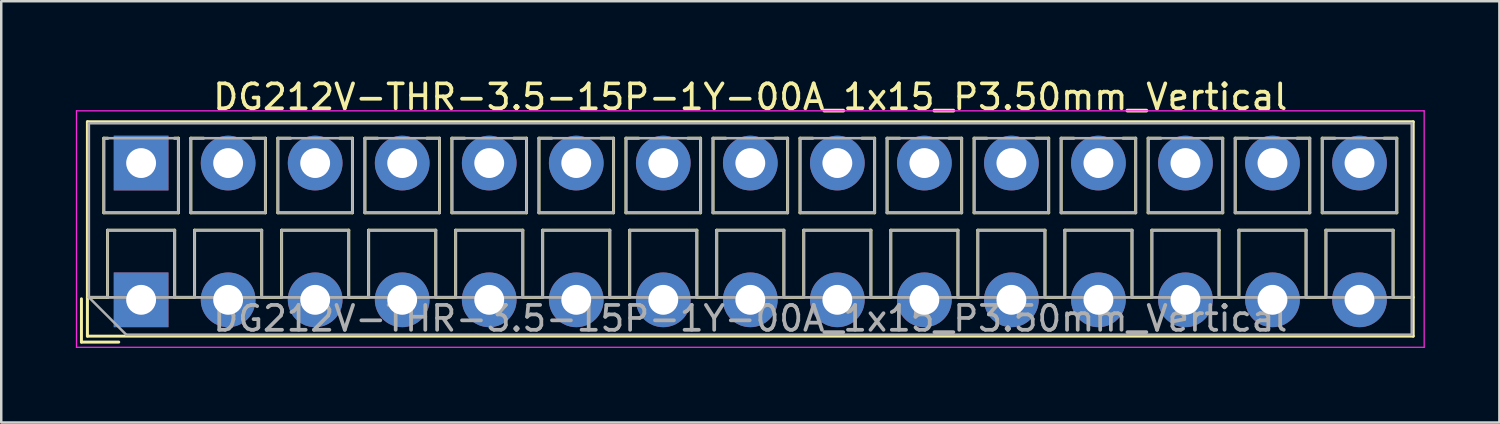
<source format=kicad_pcb>
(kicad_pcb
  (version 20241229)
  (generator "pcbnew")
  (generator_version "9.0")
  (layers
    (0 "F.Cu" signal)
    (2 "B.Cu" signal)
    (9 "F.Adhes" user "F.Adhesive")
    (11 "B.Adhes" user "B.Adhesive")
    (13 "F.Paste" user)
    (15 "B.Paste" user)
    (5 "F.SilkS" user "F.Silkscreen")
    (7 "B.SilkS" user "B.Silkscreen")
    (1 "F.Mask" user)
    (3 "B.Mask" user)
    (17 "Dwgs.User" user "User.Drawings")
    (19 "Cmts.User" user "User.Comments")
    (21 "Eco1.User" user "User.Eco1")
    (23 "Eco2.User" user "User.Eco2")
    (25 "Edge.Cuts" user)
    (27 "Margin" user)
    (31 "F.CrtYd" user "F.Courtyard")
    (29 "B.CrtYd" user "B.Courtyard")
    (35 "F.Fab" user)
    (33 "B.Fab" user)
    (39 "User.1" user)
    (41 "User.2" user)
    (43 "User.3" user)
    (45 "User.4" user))
  (footprint "DG212V-THR-3.5-15P-1Y-00A_1x15_P3.50mm_Vertical"
    (layer "F.Cu")
    (at 2.625 9.008)
    (property "Reference" "DG212V-THR-3.5-15P-1Y-00A_1x15_P3.50mm_Vertical" (at 24.5 -8.16 0) (layer "F.SilkS") (effects (font (size 1 1) (thickness 0.15))))
    (attr through_hole)
    (fp_line (start -2.4 -0.04) (end -2.4 1.7) (stroke (width 0.12) (type solid)) (layer "F.SilkS"))
    (fp_line (start -2.4 1.7) (end -0.9 1.7) (stroke (width 0.12) (type solid)) (layer "F.SilkS"))
    (fp_line (start -2.16 -7.16) (end -2.16 1.46) (stroke (width 0.12) (type solid)) (layer "F.SilkS"))
    (fp_line (start -2.16 -7.16) (end 51.16 -7.16) (stroke (width 0.12) (type solid)) (layer "F.SilkS"))
    (fp_line (start -2.16 -0.1) (end -1.34 -0.1) (stroke (width 0.12) (type solid)) (layer "F.SilkS"))
    (fp_line (start -2.16 1.46) (end 51.16 1.46) (stroke (width 0.12) (type solid)) (layer "F.SilkS"))
    (fp_line (start -1.5 -6.5) (end -1.5 -3.5) (stroke (width 0.12) (type solid)) (layer "F.SilkS"))
    (fp_line (start -1.5 -6.5) (end -1.34 -6.5) (stroke (width 0.12) (type solid)) (layer "F.SilkS"))
    (fp_line (start -1.5 -3.5) (end 1.5 -3.5) (stroke (width 0.12) (type solid)) (layer "F.SilkS"))
    (fp_line (start -1.35 -2.8) (end -1.35 -0.1) (stroke (width 0.12) (type solid)) (layer "F.SilkS"))
    (fp_line (start -1.35 -2.8) (end 1.35 -2.8) (stroke (width 0.12) (type solid)) (layer "F.SilkS"))
    (fp_line (start -1.35 -0.1) (end -1.34 -0.1) (stroke (width 0.12) (type solid)) (layer "F.SilkS"))
    (fp_line (start 1.34 -6.5) (end 1.5 -6.5) (stroke (width 0.12) (type solid)) (layer "F.SilkS"))
    (fp_line (start 1.34 -0.1) (end 1.35 -0.1) (stroke (width 0.12) (type solid)) (layer "F.SilkS"))
    (fp_line (start 1.34 -0.1) (end 2.148 -0.1) (stroke (width 0.12) (type solid)) (layer "F.SilkS"))
    (fp_line (start 1.35 -2.8) (end 1.35 -0.1) (stroke (width 0.12) (type solid)) (layer "F.SilkS"))
    (fp_line (start 1.5 -6.5) (end 1.5 -3.5) (stroke (width 0.12) (type solid)) (layer "F.SilkS"))
    (fp_line (start 2 -6.5) (end 2 -3.5) (stroke (width 0.12) (type solid)) (layer "F.SilkS"))
    (fp_line (start 2 -6.5) (end 2.512 -6.5) (stroke (width 0.12) (type solid)) (layer "F.SilkS"))
    (fp_line (start 2 -3.5) (end 5 -3.5) (stroke (width 0.12) (type solid)) (layer "F.SilkS"))
    (fp_line (start 2.15 -2.8) (end 2.15 -0.183) (stroke (width 0.12) (type solid)) (layer "F.SilkS"))
    (fp_line (start 2.15 -2.8) (end 4.85 -2.8) (stroke (width 0.12) (type solid)) (layer "F.SilkS"))
    (fp_line (start 4.489 -6.5) (end 5 -6.5) (stroke (width 0.12) (type solid)) (layer "F.SilkS"))
    (fp_line (start 4.85 -2.8) (end 4.85 -0.183) (stroke (width 0.12) (type solid)) (layer "F.SilkS"))
    (fp_line (start 4.853 -0.1) (end 5.648 -0.1) (stroke (width 0.12) (type solid)) (layer "F.SilkS"))
    (fp_line (start 5 -6.5) (end 5 -3.5) (stroke (width 0.12) (type solid)) (layer "F.SilkS"))
    (fp_line (start 5.5 -6.5) (end 5.5 -3.5) (stroke (width 0.12) (type solid)) (layer "F.SilkS"))
    (fp_line (start 5.5 -6.5) (end 6.012 -6.5) (stroke (width 0.12) (type solid)) (layer "F.SilkS"))
    (fp_line (start 5.5 -3.5) (end 8.5 -3.5) (stroke (width 0.12) (type solid)) (layer "F.SilkS"))
    (fp_line (start 5.65 -2.8) (end 5.65 -0.183) (stroke (width 0.12) (type solid)) (layer "F.SilkS"))
    (fp_line (start 5.65 -2.8) (end 8.351 -2.8) (stroke (width 0.12) (type solid)) (layer "F.SilkS"))
    (fp_line (start 7.989 -6.5) (end 8.5 -6.5) (stroke (width 0.12) (type solid)) (layer "F.SilkS"))
    (fp_line (start 8.351 -2.8) (end 8.351 -0.183) (stroke (width 0.12) (type solid)) (layer "F.SilkS"))
    (fp_line (start 8.353 -0.1) (end 9.148 -0.1) (stroke (width 0.12) (type solid)) (layer "F.SilkS"))
    (fp_line (start 8.5 -6.5) (end 8.5 -3.5) (stroke (width 0.12) (type solid)) (layer "F.SilkS"))
    (fp_line (start 9 -6.5) (end 9 -3.5) (stroke (width 0.12) (type solid)) (layer "F.SilkS"))
    (fp_line (start 9 -6.5) (end 9.512 -6.5) (stroke (width 0.12) (type solid)) (layer "F.SilkS"))
    (fp_line (start 9 -3.5) (end 12 -3.5) (stroke (width 0.12) (type solid)) (layer "F.SilkS"))
    (fp_line (start 9.15 -2.8) (end 9.15 -0.183) (stroke (width 0.12) (type solid)) (layer "F.SilkS"))
    (fp_line (start 9.15 -2.8) (end 11.851 -2.8) (stroke (width 0.12) (type solid)) (layer "F.SilkS"))
    (fp_line (start 11.489 -6.5) (end 12 -6.5) (stroke (width 0.12) (type solid)) (layer "F.SilkS"))
    (fp_line (start 11.851 -2.8) (end 11.851 -0.183) (stroke (width 0.12) (type solid)) (layer "F.SilkS"))
    (fp_line (start 11.853 -0.1) (end 12.648 -0.1) (stroke (width 0.12) (type solid)) (layer "F.SilkS"))
    (fp_line (start 12 -6.5) (end 12 -3.5) (stroke (width 0.12) (type solid)) (layer "F.SilkS"))
    (fp_line (start 12.5 -6.5) (end 12.5 -3.5) (stroke (width 0.12) (type solid)) (layer "F.SilkS"))
    (fp_line (start 12.5 -6.5) (end 13.012 -6.5) (stroke (width 0.12) (type solid)) (layer "F.SilkS"))
    (fp_line (start 12.5 -3.5) (end 15.5 -3.5) (stroke (width 0.12) (type solid)) (layer "F.SilkS"))
    (fp_line (start 12.65 -2.8) (end 12.65 -0.183) (stroke (width 0.12) (type solid)) (layer "F.SilkS"))
    (fp_line (start 12.65 -2.8) (end 15.351 -2.8) (stroke (width 0.12) (type solid)) (layer "F.SilkS"))
    (fp_line (start 14.989 -6.5) (end 15.5 -6.5) (stroke (width 0.12) (type solid)) (layer "F.SilkS"))
    (fp_line (start 15.351 -2.8) (end 15.351 -0.183) (stroke (width 0.12) (type solid)) (layer "F.SilkS"))
    (fp_line (start 15.353 -0.1) (end 16.148 -0.1) (stroke (width 0.12) (type solid)) (layer "F.SilkS"))
    (fp_line (start 15.5 -6.5) (end 15.5 -3.5) (stroke (width 0.12) (type solid)) (layer "F.SilkS"))
    (fp_line (start 16 -6.5) (end 16 -3.5) (stroke (width 0.12) (type solid)) (layer "F.SilkS"))
    (fp_line (start 16 -6.5) (end 16.512 -6.5) (stroke (width 0.12) (type solid)) (layer "F.SilkS"))
    (fp_line (start 16 -3.5) (end 19 -3.5) (stroke (width 0.12) (type solid)) (layer "F.SilkS"))
    (fp_line (start 16.15 -2.8) (end 16.15 -0.183) (stroke (width 0.12) (type solid)) (layer "F.SilkS"))
    (fp_line (start 16.15 -2.8) (end 18.85 -2.8) (stroke (width 0.12) (type solid)) (layer "F.SilkS"))
    (fp_line (start 18.489 -6.5) (end 19 -6.5) (stroke (width 0.12) (type solid)) (layer "F.SilkS"))
    (fp_line (start 18.85 -2.8) (end 18.85 -0.183) (stroke (width 0.12) (type solid)) (layer "F.SilkS"))
    (fp_line (start 18.853 -0.1) (end 19.648 -0.1) (stroke (width 0.12) (type solid)) (layer "F.SilkS"))
    (fp_line (start 19 -6.5) (end 19 -3.5) (stroke (width 0.12) (type solid)) (layer "F.SilkS"))
    (fp_line (start 19.5 -6.5) (end 19.5 -3.5) (stroke (width 0.12) (type solid)) (layer "F.SilkS"))
    (fp_line (start 19.5 -6.5) (end 20.012 -6.5) (stroke (width 0.12) (type solid)) (layer "F.SilkS"))
    (fp_line (start 19.5 -3.5) (end 22.5 -3.5) (stroke (width 0.12) (type solid)) (layer "F.SilkS"))
    (fp_line (start 19.65 -2.8) (end 19.65 -0.183) (stroke (width 0.12) (type solid)) (layer "F.SilkS"))
    (fp_line (start 19.65 -2.8) (end 22.35 -2.8) (stroke (width 0.12) (type solid)) (layer "F.SilkS"))
    (fp_line (start 21.989 -6.5) (end 22.5 -6.5) (stroke (width 0.12) (type solid)) (layer "F.SilkS"))
    (fp_line (start 22.35 -2.8) (end 22.35 -0.183) (stroke (width 0.12) (type solid)) (layer "F.SilkS"))
    (fp_line (start 22.353 -0.1) (end 23.148 -0.1) (stroke (width 0.12) (type solid)) (layer "F.SilkS"))
    (fp_line (start 22.5 -6.5) (end 22.5 -3.5) (stroke (width 0.12) (type solid)) (layer "F.SilkS"))
    (fp_line (start 23 -6.5) (end 23 -3.5) (stroke (width 0.12) (type solid)) (layer "F.SilkS"))
    (fp_line (start 23 -6.5) (end 23.512 -6.5) (stroke (width 0.12) (type solid)) (layer "F.SilkS"))
    (fp_line (start 23 -3.5) (end 26 -3.5) (stroke (width 0.12) (type solid)) (layer "F.SilkS"))
    (fp_line (start 23.15 -2.8) (end 23.15 -0.183) (stroke (width 0.12) (type solid)) (layer "F.SilkS"))
    (fp_line (start 23.15 -2.8) (end 25.85 -2.8) (stroke (width 0.12) (type solid)) (layer "F.SilkS"))
    (fp_line (start 25.489 -6.5) (end 26 -6.5) (stroke (width 0.12) (type solid)) (layer "F.SilkS"))
    (fp_line (start 25.85 -2.8) (end 25.85 -0.183) (stroke (width 0.12) (type solid)) (layer "F.SilkS"))
    (fp_line (start 25.853 -0.1) (end 26.648 -0.1) (stroke (width 0.12) (type solid)) (layer "F.SilkS"))
    (fp_line (start 26 -6.5) (end 26 -3.5) (stroke (width 0.12) (type solid)) (layer "F.SilkS"))
    (fp_line (start 26.5 -6.5) (end 26.5 -3.5) (stroke (width 0.12) (type solid)) (layer "F.SilkS"))
    (fp_line (start 26.5 -6.5) (end 27.012 -6.5) (stroke (width 0.12) (type solid)) (layer "F.SilkS"))
    (fp_line (start 26.5 -3.5) (end 29.5 -3.5) (stroke (width 0.12) (type solid)) (layer "F.SilkS"))
    (fp_line (start 26.65 -2.8) (end 26.65 -0.183) (stroke (width 0.12) (type solid)) (layer "F.SilkS"))
    (fp_line (start 26.65 -2.8) (end 29.35 -2.8) (stroke (width 0.12) (type solid)) (layer "F.SilkS"))
    (fp_line (start 28.989 -6.5) (end 29.5 -6.5) (stroke (width 0.12) (type solid)) (layer "F.SilkS"))
    (fp_line (start 29.35 -2.8) (end 29.35 -0.183) (stroke (width 0.12) (type solid)) (layer "F.SilkS"))
    (fp_line (start 29.353 -0.1) (end 30.148 -0.1) (stroke (width 0.12) (type solid)) (layer "F.SilkS"))
    (fp_line (start 29.5 -6.5) (end 29.5 -3.5) (stroke (width 0.12) (type solid)) (layer "F.SilkS"))
    (fp_line (start 30 -6.5) (end 30 -3.5) (stroke (width 0.12) (type solid)) (layer "F.SilkS"))
    (fp_line (start 30 -6.5) (end 30.512 -6.5) (stroke (width 0.12) (type solid)) (layer "F.SilkS"))
    (fp_line (start 30 -3.5) (end 33 -3.5) (stroke (width 0.12) (type solid)) (layer "F.SilkS"))
    (fp_line (start 30.15 -2.8) (end 30.15 -0.183) (stroke (width 0.12) (type solid)) (layer "F.SilkS"))
    (fp_line (start 30.15 -2.8) (end 32.85 -2.8) (stroke (width 0.12) (type solid)) (layer "F.SilkS"))
    (fp_line (start 32.489 -6.5) (end 33 -6.5) (stroke (width 0.12) (type solid)) (layer "F.SilkS"))
    (fp_line (start 32.85 -2.8) (end 32.85 -0.183) (stroke (width 0.12) (type solid)) (layer "F.SilkS"))
    (fp_line (start 32.853 -0.1) (end 33.648 -0.1) (stroke (width 0.12) (type solid)) (layer "F.SilkS"))
    (fp_line (start 33 -6.5) (end 33 -3.5) (stroke (width 0.12) (type solid)) (layer "F.SilkS"))
    (fp_line (start 33.5 -6.5) (end 33.5 -3.5) (stroke (width 0.12) (type solid)) (layer "F.SilkS"))
    (fp_line (start 33.5 -6.5) (end 34.012 -6.5) (stroke (width 0.12) (type solid)) (layer "F.SilkS"))
    (fp_line (start 33.5 -3.5) (end 36.5 -3.5) (stroke (width 0.12) (type solid)) (layer "F.SilkS"))
    (fp_line (start 33.65 -2.8) (end 33.65 -0.183) (stroke (width 0.12) (type solid)) (layer "F.SilkS"))
    (fp_line (start 33.65 -2.8) (end 36.35 -2.8) (stroke (width 0.12) (type solid)) (layer "F.SilkS"))
    (fp_line (start 35.989 -6.5) (end 36.5 -6.5) (stroke (width 0.12) (type solid)) (layer "F.SilkS"))
    (fp_line (start 36.35 -2.8) (end 36.35 -0.183) (stroke (width 0.12) (type solid)) (layer "F.SilkS"))
    (fp_line (start 36.353 -0.1) (end 37.148 -0.1) (stroke (width 0.12) (type solid)) (layer "F.SilkS"))
    (fp_line (start 36.5 -6.5) (end 36.5 -3.5) (stroke (width 0.12) (type solid)) (layer "F.SilkS"))
    (fp_line (start 37 -6.5) (end 37 -3.5) (stroke (width 0.12) (type solid)) (layer "F.SilkS"))
    (fp_line (start 37 -6.5) (end 37.512 -6.5) (stroke (width 0.12) (type solid)) (layer "F.SilkS"))
    (fp_line (start 37 -3.5) (end 40 -3.5) (stroke (width 0.12) (type solid)) (layer "F.SilkS"))
    (fp_line (start 37.15 -2.8) (end 37.15 -0.183) (stroke (width 0.12) (type solid)) (layer "F.SilkS"))
    (fp_line (start 37.15 -2.8) (end 39.85 -2.8) (stroke (width 0.12) (type solid)) (layer "F.SilkS"))
    (fp_line (start 39.489 -6.5) (end 40 -6.5) (stroke (width 0.12) (type solid)) (layer "F.SilkS"))
    (fp_line (start 39.85 -2.8) (end 39.85 -0.183) (stroke (width 0.12) (type solid)) (layer "F.SilkS"))
    (fp_line (start 39.853 -0.1) (end 40.648 -0.1) (stroke (width 0.12) (type solid)) (layer "F.SilkS"))
    (fp_line (start 40 -6.5) (end 40 -3.5) (stroke (width 0.12) (type solid)) (layer "F.SilkS"))
    (fp_line (start 40.5 -6.5) (end 40.5 -3.5) (stroke (width 0.12) (type solid)) (layer "F.SilkS"))
    (fp_line (start 40.5 -6.5) (end 41.012 -6.5) (stroke (width 0.12) (type solid)) (layer "F.SilkS"))
    (fp_line (start 40.5 -3.5) (end 43.5 -3.5) (stroke (width 0.12) (type solid)) (layer "F.SilkS"))
    (fp_line (start 40.65 -2.8) (end 40.65 -0.183) (stroke (width 0.12) (type solid)) (layer "F.SilkS"))
    (fp_line (start 40.65 -2.8) (end 43.35 -2.8) (stroke (width 0.12) (type solid)) (layer "F.SilkS"))
    (fp_line (start 42.989 -6.5) (end 43.5 -6.5) (stroke (width 0.12) (type solid)) (layer "F.SilkS"))
    (fp_line (start 43.35 -2.8) (end 43.35 -0.183) (stroke (width 0.12) (type solid)) (layer "F.SilkS"))
    (fp_line (start 43.353 -0.1) (end 44.148 -0.1) (stroke (width 0.12) (type solid)) (layer "F.SilkS"))
    (fp_line (start 43.5 -6.5) (end 43.5 -3.5) (stroke (width 0.12) (type solid)) (layer "F.SilkS"))
    (fp_line (start 44 -6.5) (end 44 -3.5) (stroke (width 0.12) (type solid)) (layer "F.SilkS"))
    (fp_line (start 44 -6.5) (end 44.512 -6.5) (stroke (width 0.12) (type solid)) (layer "F.SilkS"))
    (fp_line (start 44 -3.5) (end 47 -3.5) (stroke (width 0.12) (type solid)) (layer "F.SilkS"))
    (fp_line (start 44.15 -2.8) (end 44.15 -0.183) (stroke (width 0.12) (type solid)) (layer "F.SilkS"))
    (fp_line (start 44.15 -2.8) (end 46.85 -2.8) (stroke (width 0.12) (type solid)) (layer "F.SilkS"))
    (fp_line (start 46.489 -6.5) (end 47 -6.5) (stroke (width 0.12) (type solid)) (layer "F.SilkS"))
    (fp_line (start 46.85 -2.8) (end 46.85 -0.183) (stroke (width 0.12) (type solid)) (layer "F.SilkS"))
    (fp_line (start 46.853 -0.1) (end 47.648 -0.1) (stroke (width 0.12) (type solid)) (layer "F.SilkS"))
    (fp_line (start 47 -6.5) (end 47 -3.5) (stroke (width 0.12) (type solid)) (layer "F.SilkS"))
    (fp_line (start 47.5 -6.5) (end 47.5 -3.5) (stroke (width 0.12) (type solid)) (layer "F.SilkS"))
    (fp_line (start 47.5 -6.5) (end 48.012 -6.5) (stroke (width 0.12) (type solid)) (layer "F.SilkS"))
    (fp_line (start 47.5 -3.5) (end 50.5 -3.5) (stroke (width 0.12) (type solid)) (layer "F.SilkS"))
    (fp_line (start 47.65 -2.8) (end 47.65 -0.183) (stroke (width 0.12) (type solid)) (layer "F.SilkS"))
    (fp_line (start 47.65 -2.8) (end 50.35 -2.8) (stroke (width 0.12) (type solid)) (layer "F.SilkS"))
    (fp_line (start 49.989 -6.5) (end 50.5 -6.5) (stroke (width 0.12) (type solid)) (layer "F.SilkS"))
    (fp_line (start 50.35 -2.8) (end 50.35 -0.183) (stroke (width 0.12) (type solid)) (layer "F.SilkS"))
    (fp_line (start 50.353 -0.1) (end 51.16 -0.1) (stroke (width 0.12) (type solid)) (layer "F.SilkS"))
    (fp_line (start 50.5 -6.5) (end 50.5 -3.5) (stroke (width 0.12) (type solid)) (layer "F.SilkS"))
    (fp_line (start 51.16 -7.16) (end 51.16 1.46) (stroke (width 0.12) (type solid)) (layer "F.SilkS"))
    (fp_line (start -2.6 -7.6) (end -2.6 1.91) (stroke (width 0.05) (type solid)) (layer "F.CrtYd"))
    (fp_line (start -2.6 1.91) (end 51.6 1.91) (stroke (width 0.05) (type solid)) (layer "F.CrtYd"))
    (fp_line (start 51.6 -7.6) (end -2.6 -7.6) (stroke (width 0.05) (type solid)) (layer "F.CrtYd"))
    (fp_line (start 51.6 1.91) (end 51.6 -7.6) (stroke (width 0.05) (type solid)) (layer "F.CrtYd"))
    (fp_line (start -2.1 -7.1) (end 51.1 -7.1) (stroke (width 0.1) (type solid)) (layer "F.Fab"))
    (fp_line (start -2.1 -0.1) (end -2.1 -7.1) (stroke (width 0.1) (type solid)) (layer "F.Fab"))
    (fp_line (start -2.1 -0.1) (end 51.1 -0.1) (stroke (width 0.1) (type solid)) (layer "F.Fab"))
    (fp_line (start -1.5 -6.5) (end -1.5 -3.5) (stroke (width 0.1) (type solid)) (layer "F.Fab"))
    (fp_line (start -1.5 -3.5) (end 1.5 -3.5) (stroke (width 0.1) (type solid)) (layer "F.Fab"))
    (fp_line (start -1.35 -2.8) (end -1.35 -0.1) (stroke (width 0.1) (type solid)) (layer "F.Fab"))
    (fp_line (start -1.35 -0.1) (end 1.35 -0.1) (stroke (width 0.1) (type solid)) (layer "F.Fab"))
    (fp_line (start -0.6 1.4) (end -2.1 -0.1) (stroke (width 0.1) (type solid)) (layer "F.Fab"))
    (fp_line (start 1.35 -2.8) (end -1.35 -2.8) (stroke (width 0.1) (type solid)) (layer "F.Fab"))
    (fp_line (start 1.35 -0.1) (end 1.35 -2.8) (stroke (width 0.1) (type solid)) (layer "F.Fab"))
    (fp_line (start 1.5 -6.5) (end -1.5 -6.5) (stroke (width 0.1) (type solid)) (layer "F.Fab"))
    (fp_line (start 1.5 -3.5) (end 1.5 -6.5) (stroke (width 0.1) (type solid)) (layer "F.Fab"))
    (fp_line (start 2 -6.5) (end 2 -3.5) (stroke (width 0.1) (type solid)) (layer "F.Fab"))
    (fp_line (start 2 -3.5) (end 5 -3.5) (stroke (width 0.1) (type solid)) (layer "F.Fab"))
    (fp_line (start 2.15 -2.8) (end 2.15 -0.1) (stroke (width 0.1) (type solid)) (layer "F.Fab"))
    (fp_line (start 2.15 -0.1) (end 4.85 -0.1) (stroke (width 0.1) (type solid)) (layer "F.Fab"))
    (fp_line (start 4.85 -2.8) (end 2.15 -2.8) (stroke (width 0.1) (type solid)) (layer "F.Fab"))
    (fp_line (start 4.85 -0.1) (end 4.85 -2.8) (stroke (width 0.1) (type solid)) (layer "F.Fab"))
    (fp_line (start 5 -6.5) (end 2 -6.5) (stroke (width 0.1) (type solid)) (layer "F.Fab"))
    (fp_line (start 5 -3.5) (end 5 -6.5) (stroke (width 0.1) (type solid)) (layer "F.Fab"))
    (fp_line (start 5.5 -6.5) (end 5.5 -3.5) (stroke (width 0.1) (type solid)) (layer "F.Fab"))
    (fp_line (start 5.5 -3.5) (end 8.5 -3.5) (stroke (width 0.1) (type solid)) (layer "F.Fab"))
    (fp_line (start 5.65 -2.8) (end 5.65 -0.1) (stroke (width 0.1) (type solid)) (layer "F.Fab"))
    (fp_line (start 5.65 -0.1) (end 8.351 -0.1) (stroke (width 0.1) (type solid)) (layer "F.Fab"))
    (fp_line (start 8.351 -2.8) (end 5.65 -2.8) (stroke (width 0.1) (type solid)) (layer "F.Fab"))
    (fp_line (start 8.351 -0.1) (end 8.351 -2.8) (stroke (width 0.1) (type solid)) (layer "F.Fab"))
    (fp_line (start 8.5 -6.5) (end 5.5 -6.5) (stroke (width 0.1) (type solid)) (layer "F.Fab"))
    (fp_line (start 8.5 -3.5) (end 8.5 -6.5) (stroke (width 0.1) (type solid)) (layer "F.Fab"))
    (fp_line (start 9 -6.5) (end 9 -3.5) (stroke (width 0.1) (type solid)) (layer "F.Fab"))
    (fp_line (start 9 -3.5) (end 12 -3.5) (stroke (width 0.1) (type solid)) (layer "F.Fab"))
    (fp_line (start 9.15 -2.8) (end 9.15 -0.1) (stroke (width 0.1) (type solid)) (layer "F.Fab"))
    (fp_line (start 9.15 -0.1) (end 11.851 -0.1) (stroke (width 0.1) (type solid)) (layer "F.Fab"))
    (fp_line (start 11.851 -2.8) (end 9.15 -2.8) (stroke (width 0.1) (type solid)) (layer "F.Fab"))
    (fp_line (start 11.851 -0.1) (end 11.851 -2.8) (stroke (width 0.1) (type solid)) (layer "F.Fab"))
    (fp_line (start 12 -6.5) (end 9 -6.5) (stroke (width 0.1) (type solid)) (layer "F.Fab"))
    (fp_line (start 12 -3.5) (end 12 -6.5) (stroke (width 0.1) (type solid)) (layer "F.Fab"))
    (fp_line (start 12.5 -6.5) (end 12.5 -3.5) (stroke (width 0.1) (type solid)) (layer "F.Fab"))
    (fp_line (start 12.5 -3.5) (end 15.5 -3.5) (stroke (width 0.1) (type solid)) (layer "F.Fab"))
    (fp_line (start 12.65 -2.8) (end 12.65 -0.1) (stroke (width 0.1) (type solid)) (layer "F.Fab"))
    (fp_line (start 12.65 -0.1) (end 15.351 -0.1) (stroke (width 0.1) (type solid)) (layer "F.Fab"))
    (fp_line (start 15.351 -2.8) (end 12.65 -2.8) (stroke (width 0.1) (type solid)) (layer "F.Fab"))
    (fp_line (start 15.351 -0.1) (end 15.351 -2.8) (stroke (width 0.1) (type solid)) (layer "F.Fab"))
    (fp_line (start 15.5 -6.5) (end 12.5 -6.5) (stroke (width 0.1) (type solid)) (layer "F.Fab"))
    (fp_line (start 15.5 -3.5) (end 15.5 -6.5) (stroke (width 0.1) (type solid)) (layer "F.Fab"))
    (fp_line (start 16 -6.5) (end 16 -3.5) (stroke (width 0.1) (type solid)) (layer "F.Fab"))
    (fp_line (start 16 -3.5) (end 19 -3.5) (stroke (width 0.1) (type solid)) (layer "F.Fab"))
    (fp_line (start 16.15 -2.8) (end 16.15 -0.1) (stroke (width 0.1) (type solid)) (layer "F.Fab"))
    (fp_line (start 16.15 -0.1) (end 18.85 -0.1) (stroke (width 0.1) (type solid)) (layer "F.Fab"))
    (fp_line (start 18.85 -2.8) (end 16.15 -2.8) (stroke (width 0.1) (type solid)) (layer "F.Fab"))
    (fp_line (start 18.85 -0.1) (end 18.85 -2.8) (stroke (width 0.1) (type solid)) (layer "F.Fab"))
    (fp_line (start 19 -6.5) (end 16 -6.5) (stroke (width 0.1) (type solid)) (layer "F.Fab"))
    (fp_line (start 19 -3.5) (end 19 -6.5) (stroke (width 0.1) (type solid)) (layer "F.Fab"))
    (fp_line (start 19.5 -6.5) (end 19.5 -3.5) (stroke (width 0.1) (type solid)) (layer "F.Fab"))
    (fp_line (start 19.5 -3.5) (end 22.5 -3.5) (stroke (width 0.1) (type solid)) (layer "F.Fab"))
    (fp_line (start 19.65 -2.8) (end 19.65 -0.1) (stroke (width 0.1) (type solid)) (layer "F.Fab"))
    (fp_line (start 19.65 -0.1) (end 22.35 -0.1) (stroke (width 0.1) (type solid)) (layer "F.Fab"))
    (fp_line (start 22.35 -2.8) (end 19.65 -2.8) (stroke (width 0.1) (type solid)) (layer "F.Fab"))
    (fp_line (start 22.35 -0.1) (end 22.35 -2.8) (stroke (width 0.1) (type solid)) (layer "F.Fab"))
    (fp_line (start 22.5 -6.5) (end 19.5 -6.5) (stroke (width 0.1) (type solid)) (layer "F.Fab"))
    (fp_line (start 22.5 -3.5) (end 22.5 -6.5) (stroke (width 0.1) (type solid)) (layer "F.Fab"))
    (fp_line (start 23 -6.5) (end 23 -3.5) (stroke (width 0.1) (type solid)) (layer "F.Fab"))
    (fp_line (start 23 -3.5) (end 26 -3.5) (stroke (width 0.1) (type solid)) (layer "F.Fab"))
    (fp_line (start 23.15 -2.8) (end 23.15 -0.1) (stroke (width 0.1) (type solid)) (layer "F.Fab"))
    (fp_line (start 23.15 -0.1) (end 25.85 -0.1) (stroke (width 0.1) (type solid)) (layer "F.Fab"))
    (fp_line (start 25.85 -2.8) (end 23.15 -2.8) (stroke (width 0.1) (type solid)) (layer "F.Fab"))
    (fp_line (start 25.85 -0.1) (end 25.85 -2.8) (stroke (width 0.1) (type solid)) (layer "F.Fab"))
    (fp_line (start 26 -6.5) (end 23 -6.5) (stroke (width 0.1) (type solid)) (layer "F.Fab"))
    (fp_line (start 26 -3.5) (end 26 -6.5) (stroke (width 0.1) (type solid)) (layer "F.Fab"))
    (fp_line (start 26.5 -6.5) (end 26.5 -3.5) (stroke (width 0.1) (type solid)) (layer "F.Fab"))
    (fp_line (start 26.5 -3.5) (end 29.5 -3.5) (stroke (width 0.1) (type solid)) (layer "F.Fab"))
    (fp_line (start 26.65 -2.8) (end 26.65 -0.1) (stroke (width 0.1) (type solid)) (layer "F.Fab"))
    (fp_line (start 26.65 -0.1) (end 29.35 -0.1) (stroke (width 0.1) (type solid)) (layer "F.Fab"))
    (fp_line (start 29.35 -2.8) (end 26.65 -2.8) (stroke (width 0.1) (type solid)) (layer "F.Fab"))
    (fp_line (start 29.35 -0.1) (end 29.35 -2.8) (stroke (width 0.1) (type solid)) (layer "F.Fab"))
    (fp_line (start 29.5 -6.5) (end 26.5 -6.5) (stroke (width 0.1) (type solid)) (layer "F.Fab"))
    (fp_line (start 29.5 -3.5) (end 29.5 -6.5) (stroke (width 0.1) (type solid)) (layer "F.Fab"))
    (fp_line (start 30 -6.5) (end 30 -3.5) (stroke (width 0.1) (type solid)) (layer "F.Fab"))
    (fp_line (start 30 -3.5) (end 33 -3.5) (stroke (width 0.1) (type solid)) (layer "F.Fab"))
    (fp_line (start 30.15 -2.8) (end 30.15 -0.1) (stroke (width 0.1) (type solid)) (layer "F.Fab"))
    (fp_line (start 30.15 -0.1) (end 32.85 -0.1) (stroke (width 0.1) (type solid)) (layer "F.Fab"))
    (fp_line (start 32.85 -2.8) (end 30.15 -2.8) (stroke (width 0.1) (type solid)) (layer "F.Fab"))
    (fp_line (start 32.85 -0.1) (end 32.85 -2.8) (stroke (width 0.1) (type solid)) (layer "F.Fab"))
    (fp_line (start 33 -6.5) (end 30 -6.5) (stroke (width 0.1) (type solid)) (layer "F.Fab"))
    (fp_line (start 33 -3.5) (end 33 -6.5) (stroke (width 0.1) (type solid)) (layer "F.Fab"))
    (fp_line (start 33.5 -6.5) (end 33.5 -3.5) (stroke (width 0.1) (type solid)) (layer "F.Fab"))
    (fp_line (start 33.5 -3.5) (end 36.5 -3.5) (stroke (width 0.1) (type solid)) (layer "F.Fab"))
    (fp_line (start 33.65 -2.8) (end 33.65 -0.1) (stroke (width 0.1) (type solid)) (layer "F.Fab"))
    (fp_line (start 33.65 -0.1) (end 36.35 -0.1) (stroke (width 0.1) (type solid)) (layer "F.Fab"))
    (fp_line (start 36.35 -2.8) (end 33.65 -2.8) (stroke (width 0.1) (type solid)) (layer "F.Fab"))
    (fp_line (start 36.35 -0.1) (end 36.35 -2.8) (stroke (width 0.1) (type solid)) (layer "F.Fab"))
    (fp_line (start 36.5 -6.5) (end 33.5 -6.5) (stroke (width 0.1) (type solid)) (layer "F.Fab"))
    (fp_line (start 36.5 -3.5) (end 36.5 -6.5) (stroke (width 0.1) (type solid)) (layer "F.Fab"))
    (fp_line (start 37 -6.5) (end 37 -3.5) (stroke (width 0.1) (type solid)) (layer "F.Fab"))
    (fp_line (start 37 -3.5) (end 40 -3.5) (stroke (width 0.1) (type solid)) (layer "F.Fab"))
    (fp_line (start 37.15 -2.8) (end 37.15 -0.1) (stroke (width 0.1) (type solid)) (layer "F.Fab"))
    (fp_line (start 37.15 -0.1) (end 39.85 -0.1) (stroke (width 0.1) (type solid)) (layer "F.Fab"))
    (fp_line (start 39.85 -2.8) (end 37.15 -2.8) (stroke (width 0.1) (type solid)) (layer "F.Fab"))
    (fp_line (start 39.85 -0.1) (end 39.85 -2.8) (stroke (width 0.1) (type solid)) (layer "F.Fab"))
    (fp_line (start 40 -6.5) (end 37 -6.5) (stroke (width 0.1) (type solid)) (layer "F.Fab"))
    (fp_line (start 40 -3.5) (end 40 -6.5) (stroke (width 0.1) (type solid)) (layer "F.Fab"))
    (fp_line (start 40.5 -6.5) (end 40.5 -3.5) (stroke (width 0.1) (type solid)) (layer "F.Fab"))
    (fp_line (start 40.5 -3.5) (end 43.5 -3.5) (stroke (width 0.1) (type solid)) (layer "F.Fab"))
    (fp_line (start 40.65 -2.8) (end 40.65 -0.1) (stroke (width 0.1) (type solid)) (layer "F.Fab"))
    (fp_line (start 40.65 -0.1) (end 43.35 -0.1) (stroke (width 0.1) (type solid)) (layer "F.Fab"))
    (fp_line (start 43.35 -2.8) (end 40.65 -2.8) (stroke (width 0.1) (type solid)) (layer "F.Fab"))
    (fp_line (start 43.35 -0.1) (end 43.35 -2.8) (stroke (width 0.1) (type solid)) (layer "F.Fab"))
    (fp_line (start 43.5 -6.5) (end 40.5 -6.5) (stroke (width 0.1) (type solid)) (layer "F.Fab"))
    (fp_line (start 43.5 -3.5) (end 43.5 -6.5) (stroke (width 0.1) (type solid)) (layer "F.Fab"))
    (fp_line (start 44 -6.5) (end 44 -3.5) (stroke (width 0.1) (type solid)) (layer "F.Fab"))
    (fp_line (start 44 -3.5) (end 47 -3.5) (stroke (width 0.1) (type solid)) (layer "F.Fab"))
    (fp_line (start 44.15 -2.8) (end 44.15 -0.1) (stroke (width 0.1) (type solid)) (layer "F.Fab"))
    (fp_line (start 44.15 -0.1) (end 46.85 -0.1) (stroke (width 0.1) (type solid)) (layer "F.Fab"))
    (fp_line (start 46.85 -2.8) (end 44.15 -2.8) (stroke (width 0.1) (type solid)) (layer "F.Fab"))
    (fp_line (start 46.85 -0.1) (end 46.85 -2.8) (stroke (width 0.1) (type solid)) (layer "F.Fab"))
    (fp_line (start 47 -6.5) (end 44 -6.5) (stroke (width 0.1) (type solid)) (layer "F.Fab"))
    (fp_line (start 47 -3.5) (end 47 -6.5) (stroke (width 0.1) (type solid)) (layer "F.Fab"))
    (fp_line (start 47.5 -6.5) (end 47.5 -3.5) (stroke (width 0.1) (type solid)) (layer "F.Fab"))
    (fp_line (start 47.5 -3.5) (end 50.5 -3.5) (stroke (width 0.1) (type solid)) (layer "F.Fab"))
    (fp_line (start 47.65 -2.8) (end 47.65 -0.1) (stroke (width 0.1) (type solid)) (layer "F.Fab"))
    (fp_line (start 47.65 -0.1) (end 50.35 -0.1) (stroke (width 0.1) (type solid)) (layer "F.Fab"))
    (fp_line (start 50.35 -2.8) (end 47.65 -2.8) (stroke (width 0.1) (type solid)) (layer "F.Fab"))
    (fp_line (start 50.35 -0.1) (end 50.35 -2.8) (stroke (width 0.1) (type solid)) (layer "F.Fab"))
    (fp_line (start 50.5 -6.5) (end 47.5 -6.5) (stroke (width 0.1) (type solid)) (layer "F.Fab"))
    (fp_line (start 50.5 -3.5) (end 50.5 -6.5) (stroke (width 0.1) (type solid)) (layer "F.Fab"))
    (fp_line (start 51.1 -7.1) (end 51.1 1.4) (stroke (width 0.1) (type solid)) (layer "F.Fab"))
    (fp_line (start 51.1 1.4) (end -0.6 1.4) (stroke (width 0.1) (type solid)) (layer "F.Fab"))
    (fp_text user "${REFERENCE}" (at 24.5 0.75 0) (layer "F.Fab") (effects (font (size 1 1) (thickness 0.15))))
    (pad "1" thru_hole rect (at 0 -5.5) (size 2.2 2.2) (drill 1.2) (layers "*.Cu" "*.Mask"))
    (pad "1" thru_hole rect (at 0 0) (size 2.2 2.2) (drill 1.2) (layers "*.Cu" "*.Mask"))
    (pad "2" thru_hole circle (at 3.5 -5.5) (size 2.2 2.2) (drill 1.2) (layers "*.Cu" "*.Mask"))
    (pad "2" thru_hole circle (at 3.5 0) (size 2.2 2.2) (drill 1.2) (layers "*.Cu" "*.Mask"))
    (pad "3" thru_hole circle (at 7 -5.5) (size 2.2 2.2) (drill 1.2) (layers "*.Cu" "*.Mask"))
    (pad "3" thru_hole circle (at 7 0) (size 2.2 2.2) (drill 1.2) (layers "*.Cu" "*.Mask"))
    (pad "4" thru_hole circle (at 10.5 -5.5) (size 2.2 2.2) (drill 1.2) (layers "*.Cu" "*.Mask"))
    (pad "4" thru_hole circle (at 10.5 0) (size 2.2 2.2) (drill 1.2) (layers "*.Cu" "*.Mask"))
    (pad "5" thru_hole circle (at 14 -5.5) (size 2.2 2.2) (drill 1.2) (layers "*.Cu" "*.Mask"))
    (pad "5" thru_hole circle (at 14 0) (size 2.2 2.2) (drill 1.2) (layers "*.Cu" "*.Mask"))
    (pad "6" thru_hole circle (at 17.5 -5.5) (size 2.2 2.2) (drill 1.2) (layers "*.Cu" "*.Mask"))
    (pad "6" thru_hole circle (at 17.5 0) (size 2.2 2.2) (drill 1.2) (layers "*.Cu" "*.Mask"))
    (pad "7" thru_hole circle (at 21 -5.5) (size 2.2 2.2) (drill 1.2) (layers "*.Cu" "*.Mask"))
    (pad "7" thru_hole circle (at 21 0) (size 2.2 2.2) (drill 1.2) (layers "*.Cu" "*.Mask"))
    (pad "8" thru_hole circle (at 24.5 -5.5) (size 2.2 2.2) (drill 1.2) (layers "*.Cu" "*.Mask"))
    (pad "8" thru_hole circle (at 24.5 0) (size 2.2 2.2) (drill 1.2) (layers "*.Cu" "*.Mask"))
    (pad "9" thru_hole circle (at 28 -5.5) (size 2.2 2.2) (drill 1.2) (layers "*.Cu" "*.Mask"))
    (pad "9" thru_hole circle (at 28 0) (size 2.2 2.2) (drill 1.2) (layers "*.Cu" "*.Mask"))
    (pad "10" thru_hole circle (at 31.5 -5.5) (size 2.2 2.2) (drill 1.2) (layers "*.Cu" "*.Mask"))
    (pad "10" thru_hole circle (at 31.5 0) (size 2.2 2.2) (drill 1.2) (layers "*.Cu" "*.Mask"))
    (pad "11" thru_hole circle (at 35 -5.5) (size 2.2 2.2) (drill 1.2) (layers "*.Cu" "*.Mask"))
    (pad "11" thru_hole circle (at 35 0) (size 2.2 2.2) (drill 1.2) (layers "*.Cu" "*.Mask"))
    (pad "12" thru_hole circle (at 38.5 -5.5) (size 2.2 2.2) (drill 1.2) (layers "*.Cu" "*.Mask"))
    (pad "12" thru_hole circle (at 38.5 0) (size 2.2 2.2) (drill 1.2) (layers "*.Cu" "*.Mask"))
    (pad "13" thru_hole circle (at 42 -5.5) (size 2.2 2.2) (drill 1.2) (layers "*.Cu" "*.Mask"))
    (pad "13" thru_hole circle (at 42 0) (size 2.2 2.2) (drill 1.2) (layers "*.Cu" "*.Mask"))
    (pad "14" thru_hole circle (at 45.5 -5.5) (size 2.2 2.2) (drill 1.2) (layers "*.Cu" "*.Mask"))
    (pad "14" thru_hole circle (at 45.5 0) (size 2.2 2.2) (drill 1.2) (layers "*.Cu" "*.Mask"))
    (pad "15" thru_hole circle (at 49 -5.5) (size 2.2 2.2) (drill 1.2) (layers "*.Cu" "*.Mask"))
    (pad "15" thru_hole circle (at 49 0) (size 2.2 2.2) (drill 1.2) (layers "*.Cu" "*.Mask")))
  (gr_rect
    (start -3 -3)
    (end 57.25 13.943)
    (stroke (width 0.1) (type default))
    (fill no)
    (layer "Edge.Cuts")))
</source>
